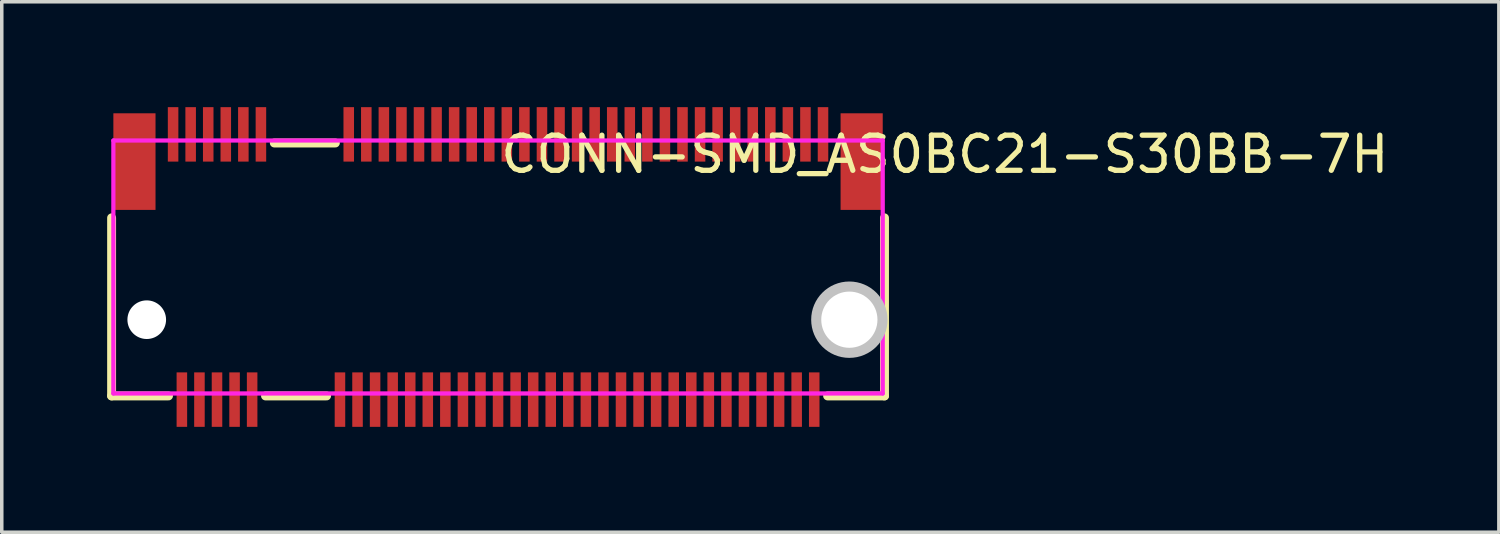
<source format=kicad_pcb>
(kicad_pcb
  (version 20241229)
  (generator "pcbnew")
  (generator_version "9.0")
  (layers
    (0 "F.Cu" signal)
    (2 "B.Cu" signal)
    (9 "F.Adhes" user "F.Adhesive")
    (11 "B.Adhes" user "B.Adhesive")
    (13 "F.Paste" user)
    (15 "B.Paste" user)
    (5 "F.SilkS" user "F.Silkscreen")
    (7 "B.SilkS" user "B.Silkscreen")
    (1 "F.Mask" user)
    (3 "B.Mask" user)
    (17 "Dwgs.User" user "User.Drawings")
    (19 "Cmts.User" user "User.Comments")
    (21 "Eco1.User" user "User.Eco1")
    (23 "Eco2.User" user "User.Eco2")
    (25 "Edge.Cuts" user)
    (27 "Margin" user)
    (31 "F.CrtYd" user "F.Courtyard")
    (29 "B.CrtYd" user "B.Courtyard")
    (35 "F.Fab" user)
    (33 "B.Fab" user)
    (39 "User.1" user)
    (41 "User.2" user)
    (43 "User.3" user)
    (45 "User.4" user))
  (footprint "CONN-SMD_AS0BC21-S30BB-7H"
    (layer "F.Cu")
    (at 11.127 4.55)
    (property "Reference" "CONN-SMD_AS0BC21-S30BB-7H" (at 0 -3.207 0) (layer "F.SilkS") (effects (font (size 1 1) (thickness 0.15)) (justify left)))
    (attr through_hole)
    (fp_line (start -11 3.67) (end -11 -1.399) (stroke (width 0.254) (type solid)) (layer "F.SilkS"))
    (fp_line (start -11 3.67) (end -9.381 3.67) (stroke (width 0.254) (type solid)) (layer "F.SilkS"))
    (fp_line (start -6.619 3.67) (end -4.881 3.67) (stroke (width 0.254) (type solid)) (layer "F.SilkS"))
    (fp_line (start -6.369 -3.53) (end -4.631 -3.53) (stroke (width 0.254) (type solid)) (layer "F.SilkS"))
    (fp_line (start 9.381 3.67) (end 11 3.67) (stroke (width 0.254) (type solid)) (layer "F.SilkS"))
    (fp_line (start 11 -1.399) (end 11 3.67) (stroke (width 0.254) (type solid)) (layer "F.SilkS"))
    (fp_circle (center -10 1.5) (end -9.762 1.5) (stroke (width 0.475) (type solid)) (fill no) (layer "Dwgs.User"))
    (fp_circle (center 10 1.5) (end 10.362 1.5) (stroke (width 0.725) (type solid)) (fill no) (layer "Dwgs.User"))
    (fp_circle (center -10.95 -4.234) (end -10.92 -4.234) (stroke (width 0.06) (type solid)) (fill no) (layer "Eco2.User"))
    (fp_poly (pts (xy -10.45 -3.9) (xy -10.25 -3.9) (xy -10.25 -1.8) (xy -10.45 -1.8)) (stroke (width 0.12) (type solid)) (fill no) (layer "Eco2.User"))
    (fp_poly (pts (xy -9.31 -4.199) (xy -9.19 -4.199) (xy -9.19 -3.499) (xy -9.31 -3.499)) (stroke (width 0.12) (type solid)) (fill no) (layer "Eco2.User"))
    (fp_poly (pts (xy -9.06 3.45) (xy -8.94 3.45) (xy -8.94 4.2) (xy -9.06 4.2)) (stroke (width 0.12) (type solid)) (fill no) (layer "Eco2.User"))
    (fp_poly (pts (xy -8.81 -4.199) (xy -8.69 -4.199) (xy -8.69 -3.499) (xy -8.81 -3.499)) (stroke (width 0.12) (type solid)) (fill no) (layer "Eco2.User"))
    (fp_poly (pts (xy -8.56 3.45) (xy -8.44 3.45) (xy -8.44 4.2) (xy -8.56 4.2)) (stroke (width 0.12) (type solid)) (fill no) (layer "Eco2.User"))
    (fp_poly (pts (xy -8.31 -4.199) (xy -8.19 -4.199) (xy -8.19 -3.499) (xy -8.31 -3.499)) (stroke (width 0.12) (type solid)) (fill no) (layer "Eco2.User"))
    (fp_poly (pts (xy -8.06 3.45) (xy -7.94 3.45) (xy -7.94 4.2) (xy -8.06 4.2)) (stroke (width 0.12) (type solid)) (fill no) (layer "Eco2.User"))
    (fp_poly (pts (xy -7.81 -4.199) (xy -7.69 -4.199) (xy -7.69 -3.499) (xy -7.81 -3.499)) (stroke (width 0.12) (type solid)) (fill no) (layer "Eco2.User"))
    (fp_poly (pts (xy -7.56 3.45) (xy -7.44 3.45) (xy -7.44 4.2) (xy -7.56 4.2)) (stroke (width 0.12) (type solid)) (fill no) (layer "Eco2.User"))
    (fp_poly (pts (xy -7.31 -4.199) (xy -7.19 -4.199) (xy -7.19 -3.499) (xy -7.31 -3.499)) (stroke (width 0.12) (type solid)) (fill no) (layer "Eco2.User"))
    (fp_poly (pts (xy -7.06 3.45) (xy -6.94 3.45) (xy -6.94 4.2) (xy -7.06 4.2)) (stroke (width 0.12) (type solid)) (fill no) (layer "Eco2.User"))
    (fp_poly (pts (xy -6.81 -4.199) (xy -6.69 -4.199) (xy -6.69 -3.499) (xy -6.81 -3.499)) (stroke (width 0.12) (type solid)) (fill no) (layer "Eco2.User"))
    (fp_poly (pts (xy -4.56 3.45) (xy -4.44 3.45) (xy -4.44 4.2) (xy -4.56 4.2)) (stroke (width 0.12) (type solid)) (fill no) (layer "Eco2.User"))
    (fp_poly (pts (xy -4.31 -4.199) (xy -4.19 -4.199) (xy -4.19 -3.499) (xy -4.31 -3.499)) (stroke (width 0.12) (type solid)) (fill no) (layer "Eco2.User"))
    (fp_poly (pts (xy -4.06 3.45) (xy -3.94 3.45) (xy -3.94 4.2) (xy -4.06 4.2)) (stroke (width 0.12) (type solid)) (fill no) (layer "Eco2.User"))
    (fp_poly (pts (xy -3.81 -4.199) (xy -3.69 -4.199) (xy -3.69 -3.499) (xy -3.81 -3.499)) (stroke (width 0.12) (type solid)) (fill no) (layer "Eco2.User"))
    (fp_poly (pts (xy -3.56 3.45) (xy -3.44 3.45) (xy -3.44 4.2) (xy -3.56 4.2)) (stroke (width 0.12) (type solid)) (fill no) (layer "Eco2.User"))
    (fp_poly (pts (xy -3.31 -4.199) (xy -3.19 -4.199) (xy -3.19 -3.499) (xy -3.31 -3.499)) (stroke (width 0.12) (type solid)) (fill no) (layer "Eco2.User"))
    (fp_poly (pts (xy -3.06 3.45) (xy -2.94 3.45) (xy -2.94 4.2) (xy -3.06 4.2)) (stroke (width 0.12) (type solid)) (fill no) (layer "Eco2.User"))
    (fp_poly (pts (xy -2.81 -4.199) (xy -2.69 -4.199) (xy -2.69 -3.499) (xy -2.81 -3.499)) (stroke (width 0.12) (type solid)) (fill no) (layer "Eco2.User"))
    (fp_poly (pts (xy -2.56 3.45) (xy -2.44 3.45) (xy -2.44 4.2) (xy -2.56 4.2)) (stroke (width 0.12) (type solid)) (fill no) (layer "Eco2.User"))
    (fp_poly (pts (xy -2.31 -4.199) (xy -2.19 -4.199) (xy -2.19 -3.499) (xy -2.31 -3.499)) (stroke (width 0.12) (type solid)) (fill no) (layer "Eco2.User"))
    (fp_poly (pts (xy -2.06 3.45) (xy -1.94 3.45) (xy -1.94 4.2) (xy -2.06 4.2)) (stroke (width 0.12) (type solid)) (fill no) (layer "Eco2.User"))
    (fp_poly (pts (xy -1.81 -4.199) (xy -1.69 -4.199) (xy -1.69 -3.499) (xy -1.81 -3.499)) (stroke (width 0.12) (type solid)) (fill no) (layer "Eco2.User"))
    (fp_poly (pts (xy -1.56 3.45) (xy -1.44 3.45) (xy -1.44 4.2) (xy -1.56 4.2)) (stroke (width 0.12) (type solid)) (fill no) (layer "Eco2.User"))
    (fp_poly (pts (xy -1.31 -4.199) (xy -1.19 -4.199) (xy -1.19 -3.499) (xy -1.31 -3.499)) (stroke (width 0.12) (type solid)) (fill no) (layer "Eco2.User"))
    (fp_poly (pts (xy -1.06 3.45) (xy -0.94 3.45) (xy -0.94 4.2) (xy -1.06 4.2)) (stroke (width 0.12) (type solid)) (fill no) (layer "Eco2.User"))
    (fp_poly (pts (xy -0.81 -4.199) (xy -0.69 -4.199) (xy -0.69 -3.499) (xy -0.81 -3.499)) (stroke (width 0.12) (type solid)) (fill no) (layer "Eco2.User"))
    (fp_poly (pts (xy -0.56 3.45) (xy -0.44 3.45) (xy -0.44 4.2) (xy -0.56 4.2)) (stroke (width 0.12) (type solid)) (fill no) (layer "Eco2.User"))
    (fp_poly (pts (xy -0.31 -4.199) (xy -0.19 -4.199) (xy -0.19 -3.499) (xy -0.31 -3.499)) (stroke (width 0.12) (type solid)) (fill no) (layer "Eco2.User"))
    (fp_poly (pts (xy -0.06 3.45) (xy 0.06 3.45) (xy 0.06 4.2) (xy -0.06 4.2)) (stroke (width 0.12) (type solid)) (fill no) (layer "Eco2.User"))
    (fp_poly (pts (xy 0.19 -4.199) (xy 0.31 -4.199) (xy 0.31 -3.499) (xy 0.19 -3.499)) (stroke (width 0.12) (type solid)) (fill no) (layer "Eco2.User"))
    (fp_poly (pts (xy 0.44 3.45) (xy 0.56 3.45) (xy 0.56 4.2) (xy 0.44 4.2)) (stroke (width 0.12) (type solid)) (fill no) (layer "Eco2.User"))
    (fp_poly (pts (xy 0.69 -4.199) (xy 0.81 -4.199) (xy 0.81 -3.499) (xy 0.69 -3.499)) (stroke (width 0.12) (type solid)) (fill no) (layer "Eco2.User"))
    (fp_poly (pts (xy 0.94 3.45) (xy 1.06 3.45) (xy 1.06 4.2) (xy 0.94 4.2)) (stroke (width 0.12) (type solid)) (fill no) (layer "Eco2.User"))
    (fp_poly (pts (xy 1.19 -4.199) (xy 1.31 -4.199) (xy 1.31 -3.499) (xy 1.19 -3.499)) (stroke (width 0.12) (type solid)) (fill no) (layer "Eco2.User"))
    (fp_poly (pts (xy 1.44 3.45) (xy 1.56 3.45) (xy 1.56 4.2) (xy 1.44 4.2)) (stroke (width 0.12) (type solid)) (fill no) (layer "Eco2.User"))
    (fp_poly (pts (xy 1.69 -4.199) (xy 1.81 -4.199) (xy 1.81 -3.499) (xy 1.69 -3.499)) (stroke (width 0.12) (type solid)) (fill no) (layer "Eco2.User"))
    (fp_poly (pts (xy 1.94 3.45) (xy 2.06 3.45) (xy 2.06 4.2) (xy 1.94 4.2)) (stroke (width 0.12) (type solid)) (fill no) (layer "Eco2.User"))
    (fp_poly (pts (xy 2.19 -4.199) (xy 2.31 -4.199) (xy 2.31 -3.499) (xy 2.19 -3.499)) (stroke (width 0.12) (type solid)) (fill no) (layer "Eco2.User"))
    (fp_poly (pts (xy 2.44 3.45) (xy 2.56 3.45) (xy 2.56 4.2) (xy 2.44 4.2)) (stroke (width 0.12) (type solid)) (fill no) (layer "Eco2.User"))
    (fp_poly (pts (xy 2.69 -4.199) (xy 2.81 -4.199) (xy 2.81 -3.499) (xy 2.69 -3.499)) (stroke (width 0.12) (type solid)) (fill no) (layer "Eco2.User"))
    (fp_poly (pts (xy 2.94 3.45) (xy 3.06 3.45) (xy 3.06 4.2) (xy 2.94 4.2)) (stroke (width 0.12) (type solid)) (fill no) (layer "Eco2.User"))
    (fp_poly (pts (xy 3.19 -4.199) (xy 3.31 -4.199) (xy 3.31 -3.499) (xy 3.19 -3.499)) (stroke (width 0.12) (type solid)) (fill no) (layer "Eco2.User"))
    (fp_poly (pts (xy 3.44 3.45) (xy 3.56 3.45) (xy 3.56 4.2) (xy 3.44 4.2)) (stroke (width 0.12) (type solid)) (fill no) (layer "Eco2.User"))
    (fp_poly (pts (xy 3.69 -4.199) (xy 3.81 -4.199) (xy 3.81 -3.499) (xy 3.69 -3.499)) (stroke (width 0.12) (type solid)) (fill no) (layer "Eco2.User"))
    (fp_poly (pts (xy 3.94 3.45) (xy 4.06 3.45) (xy 4.06 4.2) (xy 3.94 4.2)) (stroke (width 0.12) (type solid)) (fill no) (layer "Eco2.User"))
    (fp_poly (pts (xy 4.19 -4.199) (xy 4.31 -4.199) (xy 4.31 -3.499) (xy 4.19 -3.499)) (stroke (width 0.12) (type solid)) (fill no) (layer "Eco2.User"))
    (fp_poly (pts (xy 4.44 3.45) (xy 4.56 3.45) (xy 4.56 4.2) (xy 4.44 4.2)) (stroke (width 0.12) (type solid)) (fill no) (layer "Eco2.User"))
    (fp_poly (pts (xy 4.69 -4.199) (xy 4.81 -4.199) (xy 4.81 -3.499) (xy 4.69 -3.499)) (stroke (width 0.12) (type solid)) (fill no) (layer "Eco2.User"))
    (fp_poly (pts (xy 4.94 3.45) (xy 5.06 3.45) (xy 5.06 4.2) (xy 4.94 4.2)) (stroke (width 0.12) (type solid)) (fill no) (layer "Eco2.User"))
    (fp_poly (pts (xy 5.19 -4.199) (xy 5.31 -4.199) (xy 5.31 -3.499) (xy 5.19 -3.499)) (stroke (width 0.12) (type solid)) (fill no) (layer "Eco2.User"))
    (fp_poly (pts (xy 5.44 3.45) (xy 5.56 3.45) (xy 5.56 4.2) (xy 5.44 4.2)) (stroke (width 0.12) (type solid)) (fill no) (layer "Eco2.User"))
    (fp_poly (pts (xy 5.69 -4.199) (xy 5.81 -4.199) (xy 5.81 -3.499) (xy 5.69 -3.499)) (stroke (width 0.12) (type solid)) (fill no) (layer "Eco2.User"))
    (fp_poly (pts (xy 5.94 3.45) (xy 6.06 3.45) (xy 6.06 4.2) (xy 5.94 4.2)) (stroke (width 0.12) (type solid)) (fill no) (layer "Eco2.User"))
    (fp_poly (pts (xy 6.19 -4.199) (xy 6.31 -4.199) (xy 6.31 -3.499) (xy 6.19 -3.499)) (stroke (width 0.12) (type solid)) (fill no) (layer "Eco2.User"))
    (fp_poly (pts (xy 6.44 3.45) (xy 6.56 3.45) (xy 6.56 4.2) (xy 6.44 4.2)) (stroke (width 0.12) (type solid)) (fill no) (layer "Eco2.User"))
    (fp_poly (pts (xy 6.69 -4.199) (xy 6.81 -4.199) (xy 6.81 -3.499) (xy 6.69 -3.499)) (stroke (width 0.12) (type solid)) (fill no) (layer "Eco2.User"))
    (fp_poly (pts (xy 6.94 3.45) (xy 7.06 3.45) (xy 7.06 4.2) (xy 6.94 4.2)) (stroke (width 0.12) (type solid)) (fill no) (layer "Eco2.User"))
    (fp_poly (pts (xy 7.19 -4.199) (xy 7.31 -4.199) (xy 7.31 -3.499) (xy 7.19 -3.499)) (stroke (width 0.12) (type solid)) (fill no) (layer "Eco2.User"))
    (fp_poly (pts (xy 7.44 3.45) (xy 7.56 3.45) (xy 7.56 4.2) (xy 7.44 4.2)) (stroke (width 0.12) (type solid)) (fill no) (layer "Eco2.User"))
    (fp_poly (pts (xy 7.69 -4.199) (xy 7.81 -4.199) (xy 7.81 -3.499) (xy 7.69 -3.499)) (stroke (width 0.12) (type solid)) (fill no) (layer "Eco2.User"))
    (fp_poly (pts (xy 7.94 3.45) (xy 8.06 3.45) (xy 8.06 4.2) (xy 7.94 4.2)) (stroke (width 0.12) (type solid)) (fill no) (layer "Eco2.User"))
    (fp_poly (pts (xy 8.19 -4.199) (xy 8.31 -4.199) (xy 8.31 -3.499) (xy 8.19 -3.499)) (stroke (width 0.12) (type solid)) (fill no) (layer "Eco2.User"))
    (fp_poly (pts (xy 8.44 3.45) (xy 8.56 3.45) (xy 8.56 4.2) (xy 8.44 4.2)) (stroke (width 0.12) (type solid)) (fill no) (layer "Eco2.User"))
    (fp_poly (pts (xy 8.69 -4.199) (xy 8.81 -4.199) (xy 8.81 -3.499) (xy 8.69 -3.499)) (stroke (width 0.12) (type solid)) (fill no) (layer "Eco2.User"))
    (fp_poly (pts (xy 8.94 3.45) (xy 9.06 3.45) (xy 9.06 4.2) (xy 8.94 4.2)) (stroke (width 0.12) (type solid)) (fill no) (layer "Eco2.User"))
    (fp_poly (pts (xy 9.19 -4.199) (xy 9.31 -4.199) (xy 9.31 -3.499) (xy 9.19 -3.499)) (stroke (width 0.12) (type solid)) (fill no) (layer "Eco2.User"))
    (fp_poly (pts (xy 10.25 -3.9) (xy 10.45 -3.9) (xy 10.45 -1.8) (xy 10.25 -1.8)) (stroke (width 0.12) (type solid)) (fill no) (layer "Eco2.User"))
    (fp_line (start -10.95 -3.6) (end 10.95 -3.6) (stroke (width 0.12) (type solid)) (layer "F.CrtYd"))
    (fp_line (start -10.95 3.6) (end -10.95 -3.6) (stroke (width 0.12) (type solid)) (layer "F.CrtYd"))
    (fp_line (start 10.95 -3.6) (end 10.95 3.6) (stroke (width 0.12) (type solid)) (layer "F.CrtYd"))
    (fp_line (start 10.95 3.6) (end -10.95 3.6) (stroke (width 0.12) (type solid)) (layer "F.CrtYd"))
    (pad "" np_thru_hole circle (at -10 1.5) (size 1.1 1.1) (drill 1.1) (layers "*.Cu" "*.Mask"))
    (pad "" np_thru_hole circle (at 10 1.5) (size 1.6 1.6) (drill 1.6) (layers "*.Cu" "*.Mask"))
    (pad "1" smd rect (at -9.25 -3.775) (size 0.3 1.55) (layers "F.Cu" "F.Mask" "F.Paste"))
    (pad "2" smd rect (at -9 3.775) (size 0.3 1.55) (layers "F.Cu" "F.Mask" "F.Paste"))
    (pad "3" smd rect (at -8.75 -3.775) (size 0.3 1.55) (layers "F.Cu" "F.Mask" "F.Paste"))
    (pad "4" smd rect (at -8.5 3.775) (size 0.3 1.55) (layers "F.Cu" "F.Mask" "F.Paste"))
    (pad "5" smd rect (at -8.25 -3.775) (size 0.3 1.55) (layers "F.Cu" "F.Mask" "F.Paste"))
    (pad "6" smd rect (at -8 3.775) (size 0.3 1.55) (layers "F.Cu" "F.Mask" "F.Paste"))
    (pad "7" smd rect (at -7.75 -3.775) (size 0.3 1.55) (layers "F.Cu" "F.Mask" "F.Paste"))
    (pad "8" smd rect (at -7.5 3.775) (size 0.3 1.55) (layers "F.Cu" "F.Mask" "F.Paste"))
    (pad "9" smd rect (at -7.25 -3.775) (size 0.3 1.55) (layers "F.Cu" "F.Mask" "F.Paste"))
    (pad "10" smd rect (at -7 3.775) (size 0.3 1.55) (layers "F.Cu" "F.Mask" "F.Paste"))
    (pad "11" smd rect (at -6.75 -3.775) (size 0.3 1.55) (layers "F.Cu" "F.Mask" "F.Paste"))
    (pad "20" smd rect (at -4.5 3.775) (size 0.3 1.55) (layers "F.Cu" "F.Mask" "F.Paste"))
    (pad "21" smd rect (at -4.25 -3.775) (size 0.3 1.55) (layers "F.Cu" "F.Mask" "F.Paste"))
    (pad "22" smd rect (at -4 3.775) (size 0.3 1.55) (layers "F.Cu" "F.Mask" "F.Paste"))
    (pad "23" smd rect (at -3.75 -3.775) (size 0.3 1.55) (layers "F.Cu" "F.Mask" "F.Paste"))
    (pad "24" smd rect (at -3.5 3.775) (size 0.3 1.55) (layers "F.Cu" "F.Mask" "F.Paste"))
    (pad "25" smd rect (at -3.25 -3.775) (size 0.3 1.55) (layers "F.Cu" "F.Mask" "F.Paste"))
    (pad "26" smd rect (at -3 3.775) (size 0.3 1.55) (layers "F.Cu" "F.Mask" "F.Paste"))
    (pad "27" smd rect (at -2.75 -3.775) (size 0.3 1.55) (layers "F.Cu" "F.Mask" "F.Paste"))
    (pad "28" smd rect (at -2.5 3.775) (size 0.3 1.55) (layers "F.Cu" "F.Mask" "F.Paste"))
    (pad "29" smd rect (at -2.25 -3.775) (size 0.3 1.55) (layers "F.Cu" "F.Mask" "F.Paste"))
    (pad "30" smd rect (at -2 3.775) (size 0.3 1.55) (layers "F.Cu" "F.Mask" "F.Paste"))
    (pad "31" smd rect (at -1.75 -3.775) (size 0.3 1.55) (layers "F.Cu" "F.Mask" "F.Paste"))
    (pad "32" smd rect (at -1.5 3.775) (size 0.3 1.55) (layers "F.Cu" "F.Mask" "F.Paste"))
    (pad "33" smd rect (at -1.25 -3.775) (size 0.3 1.55) (layers "F.Cu" "F.Mask" "F.Paste"))
    (pad "34" smd rect (at -1 3.775) (size 0.3 1.55) (layers "F.Cu" "F.Mask" "F.Paste"))
    (pad "35" smd rect (at -0.75 -3.775) (size 0.3 1.55) (layers "F.Cu" "F.Mask" "F.Paste"))
    (pad "36" smd rect (at -0.5 3.775) (size 0.3 1.55) (layers "F.Cu" "F.Mask" "F.Paste"))
    (pad "37" smd rect (at -0.25 -3.775) (size 0.3 1.55) (layers "F.Cu" "F.Mask" "F.Paste"))
    (pad "38" smd rect (at 0 3.775) (size 0.3 1.55) (layers "F.Cu" "F.Mask" "F.Paste"))
    (pad "39" smd rect (at 0.25 -3.775) (size 0.3 1.55) (layers "F.Cu" "F.Mask" "F.Paste"))
    (pad "40" smd rect (at 0.5 3.775) (size 0.3 1.55) (layers "F.Cu" "F.Mask" "F.Paste"))
    (pad "41" smd rect (at 0.75 -3.775) (size 0.3 1.55) (layers "F.Cu" "F.Mask" "F.Paste"))
    (pad "42" smd rect (at 1 3.775) (size 0.3 1.55) (layers "F.Cu" "F.Mask" "F.Paste"))
    (pad "43" smd rect (at 1.25 -3.775) (size 0.3 1.55) (layers "F.Cu" "F.Mask" "F.Paste"))
    (pad "44" smd rect (at 1.5 3.775) (size 0.3 1.55) (layers "F.Cu" "F.Mask" "F.Paste"))
    (pad "45" smd rect (at 1.75 -3.775) (size 0.3 1.55) (layers "F.Cu" "F.Mask" "F.Paste"))
    (pad "46" smd rect (at 2 3.775) (size 0.3 1.55) (layers "F.Cu" "F.Mask" "F.Paste"))
    (pad "47" smd rect (at 2.25 -3.775) (size 0.3 1.55) (layers "F.Cu" "F.Mask" "F.Paste"))
    (pad "48" smd rect (at 2.5 3.775) (size 0.3 1.55) (layers "F.Cu" "F.Mask" "F.Paste"))
    (pad "49" smd rect (at 2.75 -3.775) (size 0.3 1.55) (layers "F.Cu" "F.Mask" "F.Paste"))
    (pad "50" smd rect (at 3 3.775) (size 0.3 1.55) (layers "F.Cu" "F.Mask" "F.Paste"))
    (pad "51" smd rect (at 3.25 -3.775) (size 0.3 1.55) (layers "F.Cu" "F.Mask" "F.Paste"))
    (pad "52" smd rect (at 3.5 3.775) (size 0.3 1.55) (layers "F.Cu" "F.Mask" "F.Paste"))
    (pad "53" smd rect (at 3.75 -3.775) (size 0.3 1.55) (layers "F.Cu" "F.Mask" "F.Paste"))
    (pad "54" smd rect (at 4 3.775) (size 0.3 1.55) (layers "F.Cu" "F.Mask" "F.Paste"))
    (pad "55" smd rect (at 4.25 -3.775) (size 0.3 1.55) (layers "F.Cu" "F.Mask" "F.Paste"))
    (pad "56" smd rect (at 4.5 3.775) (size 0.3 1.55) (layers "F.Cu" "F.Mask" "F.Paste"))
    (pad "57" smd rect (at 4.75 -3.775) (size 0.3 1.55) (layers "F.Cu" "F.Mask" "F.Paste"))
    (pad "58" smd rect (at 5 3.775) (size 0.3 1.55) (layers "F.Cu" "F.Mask" "F.Paste"))
    (pad "59" smd rect (at 5.25 -3.775) (size 0.3 1.55) (layers "F.Cu" "F.Mask" "F.Paste"))
    (pad "60" smd rect (at 5.5 3.775) (size 0.3 1.55) (layers "F.Cu" "F.Mask" "F.Paste"))
    (pad "61" smd rect (at 5.75 -3.775) (size 0.3 1.55) (layers "F.Cu" "F.Mask" "F.Paste"))
    (pad "62" smd rect (at 6 3.775) (size 0.3 1.55) (layers "F.Cu" "F.Mask" "F.Paste"))
    (pad "63" smd rect (at 6.25 -3.775) (size 0.3 1.55) (layers "F.Cu" "F.Mask" "F.Paste"))
    (pad "64" smd rect (at 6.5 3.775) (size 0.3 1.55) (layers "F.Cu" "F.Mask" "F.Paste"))
    (pad "65" smd rect (at 6.75 -3.775) (size 0.3 1.55) (layers "F.Cu" "F.Mask" "F.Paste"))
    (pad "66" smd rect (at 7 3.775) (size 0.3 1.55) (layers "F.Cu" "F.Mask" "F.Paste"))
    (pad "67" smd rect (at 7.25 -3.775) (size 0.3 1.55) (layers "F.Cu" "F.Mask" "F.Paste"))
    (pad "68" smd rect (at 7.5 3.775) (size 0.3 1.55) (layers "F.Cu" "F.Mask" "F.Paste"))
    (pad "69" smd rect (at 7.75 -3.775) (size 0.3 1.55) (layers "F.Cu" "F.Mask" "F.Paste"))
    (pad "70" smd rect (at 8 3.775) (size 0.3 1.55) (layers "F.Cu" "F.Mask" "F.Paste"))
    (pad "71" smd rect (at 8.25 -3.775) (size 0.3 1.55) (layers "F.Cu" "F.Mask" "F.Paste"))
    (pad "72" smd rect (at 8.5 3.775) (size 0.3 1.55) (layers "F.Cu" "F.Mask" "F.Paste"))
    (pad "73" smd rect (at 8.75 -3.775) (size 0.3 1.55) (layers "F.Cu" "F.Mask" "F.Paste"))
    (pad "74" smd rect (at 9 3.775) (size 0.3 1.55) (layers "F.Cu" "F.Mask" "F.Paste"))
    (pad "75" smd rect (at 9.25 -3.775) (size 0.3 1.55) (layers "F.Cu" "F.Mask" "F.Paste"))
    (pad "76" smd rect (at 10.35 -3) (size 1.2 2.75) (layers "F.Cu" "F.Mask" "F.Paste"))
    (pad "77" smd rect (at -10.35 -3) (size 1.2 2.75) (layers "F.Cu" "F.Mask" "F.Paste")))
  (gr_rect
    (start -3 -3)
    (end 39.615 12.1)
    (stroke (width 0.1) (type default))
    (fill no)
    (layer "Edge.Cuts")))
</source>
